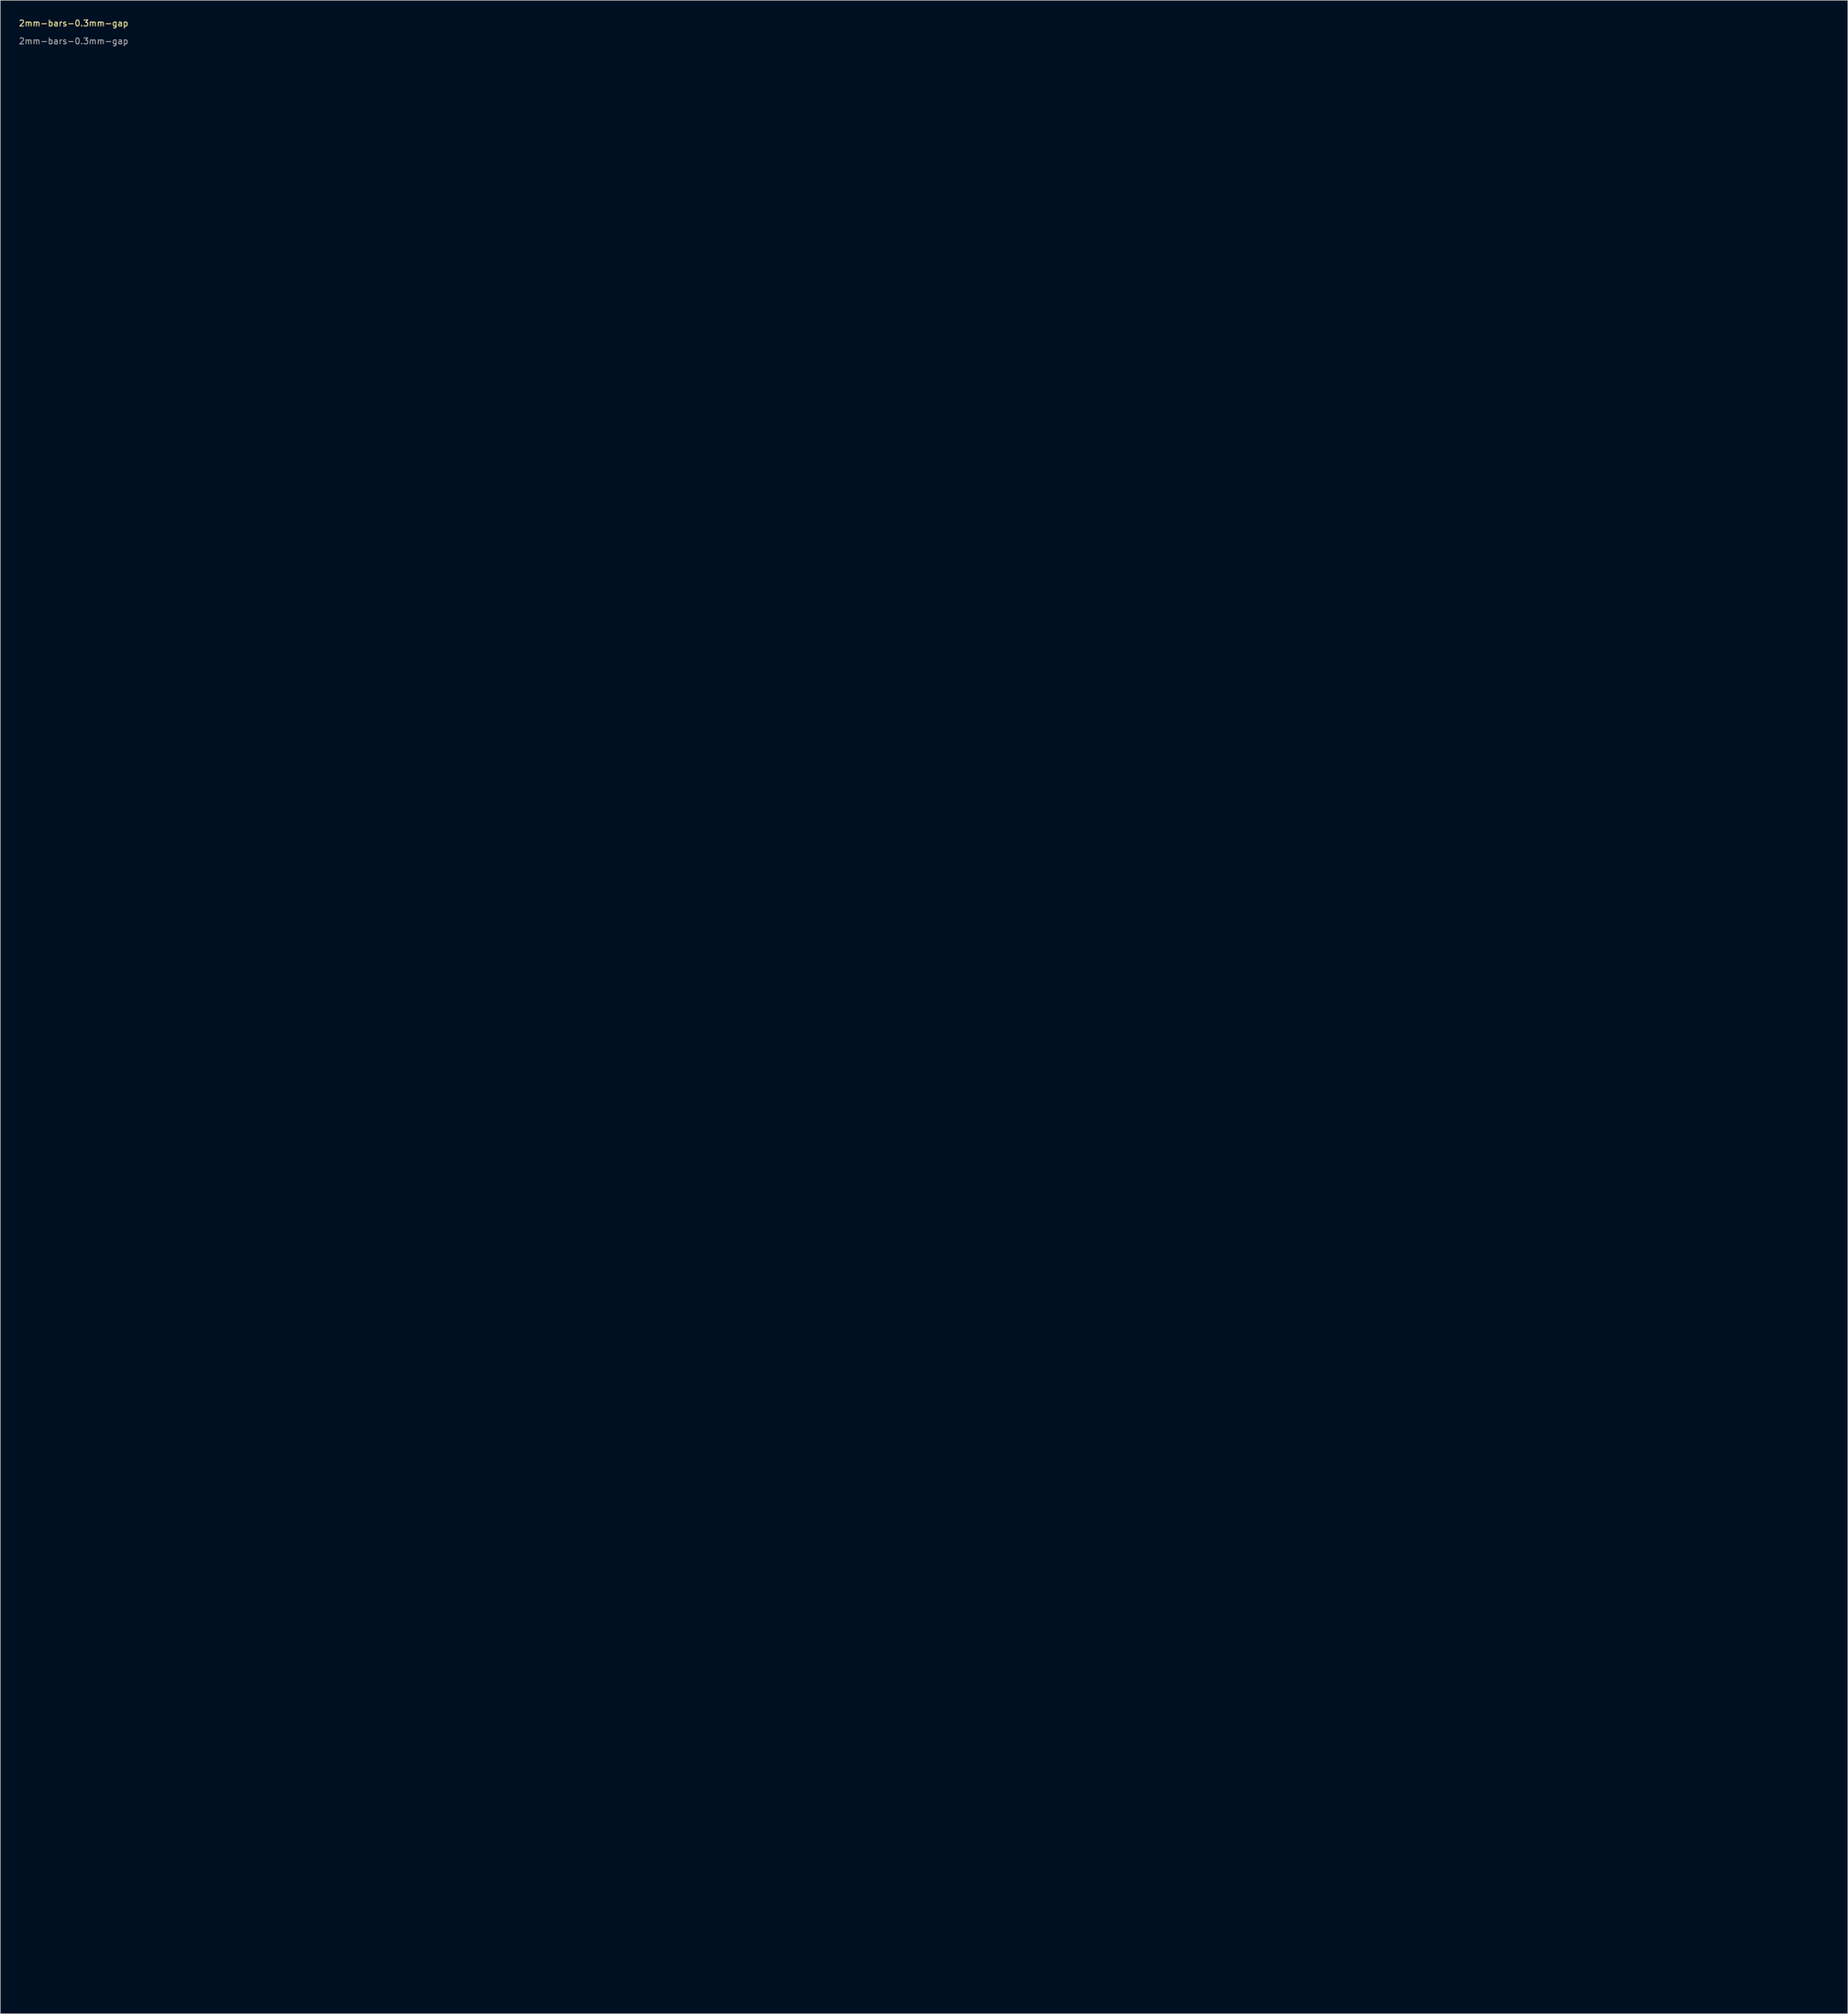
<source format=kicad_pcb>
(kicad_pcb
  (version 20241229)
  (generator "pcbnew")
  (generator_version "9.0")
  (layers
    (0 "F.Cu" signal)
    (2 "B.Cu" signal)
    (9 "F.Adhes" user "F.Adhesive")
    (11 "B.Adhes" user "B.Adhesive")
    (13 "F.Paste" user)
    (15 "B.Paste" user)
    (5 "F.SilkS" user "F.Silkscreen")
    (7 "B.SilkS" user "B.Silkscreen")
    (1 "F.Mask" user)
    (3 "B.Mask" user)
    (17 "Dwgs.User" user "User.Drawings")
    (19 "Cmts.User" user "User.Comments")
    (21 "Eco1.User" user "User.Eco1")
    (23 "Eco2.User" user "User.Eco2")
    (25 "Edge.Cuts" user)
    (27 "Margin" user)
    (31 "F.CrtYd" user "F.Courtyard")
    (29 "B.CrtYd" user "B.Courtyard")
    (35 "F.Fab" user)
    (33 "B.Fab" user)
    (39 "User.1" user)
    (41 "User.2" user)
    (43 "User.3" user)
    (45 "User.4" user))
  (footprint "2mm-bars-0.3mm-gap"
    (layer "F.Cu")
    (at 9.292 11.348)
    (property "Reference" "2mm-bars-0.3mm-gap" (at 0 -10.5 0) (unlocked yes) (layer "F.SilkS") (effects (font (size 1 1) (thickness 0.15))))
    (fp_text user "${REFERENCE}" (at 0 -7.5 0) (unlocked yes) (layer "F.Fab") (effects (font (size 1 1) (thickness 0.15))))
    (zone (net_name "") (layers "F.Cu" "B.Cu") (hatch edge 0.508) (connect_pads) (min_thickness 0.254) (filled_areas_thickness no) (keepout (tracks allowed) (vias allowed) (pads allowed) (copperpour not_allowed) (footprints allowed)) (placement (enabled no)) (fill) (polygon (pts (xy 11.592 331.348) (xy 11.292 331.348) (xy 11.292 11.348) (xy 11.592 11.348))))
    (zone (net_name "") (layers "F.Cu" "B.Cu") (hatch edge 0.508) (connect_pads) (min_thickness 0.254) (filled_areas_thickness no) (keepout (tracks allowed) (vias allowed) (pads allowed) (copperpour not_allowed) (footprints allowed)) (placement (enabled no)) (fill) (polygon (pts (xy 13.892 331.348) (xy 13.592 331.348) (xy 13.592 11.348) (xy 13.892 11.348))))
    (zone (net_name "") (layers "F.Cu" "B.Cu") (hatch edge 0.508) (connect_pads) (min_thickness 0.254) (filled_areas_thickness no) (keepout (tracks allowed) (vias allowed) (pads allowed) (copperpour not_allowed) (footprints allowed)) (placement (enabled no)) (fill) (polygon (pts (xy 16.192 331.348) (xy 15.892 331.348) (xy 15.892 11.348) (xy 16.192 11.348))))
    (zone (net_name "") (layers "F.Cu" "B.Cu") (hatch edge 0.508) (connect_pads) (min_thickness 0.254) (filled_areas_thickness no) (keepout (tracks allowed) (vias allowed) (pads allowed) (copperpour not_allowed) (footprints allowed)) (placement (enabled no)) (fill) (polygon (pts (xy 18.492 331.348) (xy 18.192 331.348) (xy 18.192 11.348) (xy 18.492 11.348))))
    (zone (net_name "") (layers "F.Cu" "B.Cu") (hatch edge 0.508) (connect_pads) (min_thickness 0.254) (filled_areas_thickness no) (keepout (tracks allowed) (vias allowed) (pads allowed) (copperpour not_allowed) (footprints allowed)) (placement (enabled no)) (fill) (polygon (pts (xy 20.792 331.348) (xy 20.492 331.348) (xy 20.492 11.348) (xy 20.792 11.348))))
    (zone (net_name "") (layers "F.Cu" "B.Cu") (hatch edge 0.508) (connect_pads) (min_thickness 0.254) (filled_areas_thickness no) (keepout (tracks allowed) (vias allowed) (pads allowed) (copperpour not_allowed) (footprints allowed)) (placement (enabled no)) (fill) (polygon (pts (xy 23.092 331.348) (xy 22.792 331.348) (xy 22.792 11.348) (xy 23.092 11.348))))
    (zone (net_name "") (layers "F.Cu" "B.Cu") (hatch edge 0.508) (connect_pads) (min_thickness 0.254) (filled_areas_thickness no) (keepout (tracks allowed) (vias allowed) (pads allowed) (copperpour not_allowed) (footprints allowed)) (placement (enabled no)) (fill) (polygon (pts (xy 25.392 331.348) (xy 25.092 331.348) (xy 25.092 11.348) (xy 25.392 11.348))))
    (zone (net_name "") (layers "F.Cu" "B.Cu") (hatch edge 0.508) (connect_pads) (min_thickness 0.254) (filled_areas_thickness no) (keepout (tracks allowed) (vias allowed) (pads allowed) (copperpour not_allowed) (footprints allowed)) (placement (enabled no)) (fill) (polygon (pts (xy 27.692 331.348) (xy 27.392 331.348) (xy 27.392 11.348) (xy 27.692 11.348))))
    (zone (net_name "") (layers "F.Cu" "B.Cu") (hatch edge 0.508) (connect_pads) (min_thickness 0.254) (filled_areas_thickness no) (keepout (tracks allowed) (vias allowed) (pads allowed) (copperpour not_allowed) (footprints allowed)) (placement (enabled no)) (fill) (polygon (pts (xy 29.992 331.348) (xy 29.692 331.348) (xy 29.692 11.348) (xy 29.992 11.348))))
    (zone (net_name "") (layers "F.Cu" "B.Cu") (hatch edge 0.508) (connect_pads) (min_thickness 0.254) (filled_areas_thickness no) (keepout (tracks allowed) (vias allowed) (pads allowed) (copperpour not_allowed) (footprints allowed)) (placement (enabled no)) (fill) (polygon (pts (xy 32.292 331.348) (xy 31.992 331.348) (xy 31.992 11.348) (xy 32.292 11.348))))
    (zone (net_name "") (layers "F.Cu" "B.Cu") (hatch edge 0.508) (connect_pads) (min_thickness 0.254) (filled_areas_thickness no) (keepout (tracks allowed) (vias allowed) (pads allowed) (copperpour not_allowed) (footprints allowed)) (placement (enabled no)) (fill) (polygon (pts (xy 34.592 331.348) (xy 34.292 331.348) (xy 34.292 11.348) (xy 34.592 11.348))))
    (zone (net_name "") (layers "F.Cu" "B.Cu") (hatch edge 0.508) (connect_pads) (min_thickness 0.254) (filled_areas_thickness no) (keepout (tracks allowed) (vias allowed) (pads allowed) (copperpour not_allowed) (footprints allowed)) (placement (enabled no)) (fill) (polygon (pts (xy 36.892 331.348) (xy 36.592 331.348) (xy 36.592 11.348) (xy 36.892 11.348))))
    (zone (net_name "") (layers "F.Cu" "B.Cu") (hatch edge 0.508) (connect_pads) (min_thickness 0.254) (filled_areas_thickness no) (keepout (tracks allowed) (vias allowed) (pads allowed) (copperpour not_allowed) (footprints allowed)) (placement (enabled no)) (fill) (polygon (pts (xy 39.192 331.348) (xy 38.892 331.348) (xy 38.892 11.348) (xy 39.192 11.348))))
    (zone (net_name "") (layers "F.Cu" "B.Cu") (hatch edge 0.508) (connect_pads) (min_thickness 0.254) (filled_areas_thickness no) (keepout (tracks allowed) (vias allowed) (pads allowed) (copperpour not_allowed) (footprints allowed)) (placement (enabled no)) (fill) (polygon (pts (xy 41.492 331.348) (xy 41.192 331.348) (xy 41.192 11.348) (xy 41.492 11.348))))
    (zone (net_name "") (layers "F.Cu" "B.Cu") (hatch edge 0.508) (connect_pads) (min_thickness 0.254) (filled_areas_thickness no) (keepout (tracks allowed) (vias allowed) (pads allowed) (copperpour not_allowed) (footprints allowed)) (placement (enabled no)) (fill) (polygon (pts (xy 43.792 331.348) (xy 43.492 331.348) (xy 43.492 11.348) (xy 43.792 11.348))))
    (zone (net_name "") (layers "F.Cu" "B.Cu") (hatch edge 0.508) (connect_pads) (min_thickness 0.254) (filled_areas_thickness no) (keepout (tracks allowed) (vias allowed) (pads allowed) (copperpour not_allowed) (footprints allowed)) (placement (enabled no)) (fill) (polygon (pts (xy 46.092 331.348) (xy 45.792 331.348) (xy 45.792 11.348) (xy 46.092 11.348))))
    (zone (net_name "") (layers "F.Cu" "B.Cu") (hatch edge 0.508) (connect_pads) (min_thickness 0.254) (filled_areas_thickness no) (keepout (tracks allowed) (vias allowed) (pads allowed) (copperpour not_allowed) (footprints allowed)) (placement (enabled no)) (fill) (polygon (pts (xy 48.392 331.348) (xy 48.092 331.348) (xy 48.092 11.348) (xy 48.392 11.348))))
    (zone (net_name "") (layers "F.Cu" "B.Cu") (hatch edge 0.508) (connect_pads) (min_thickness 0.254) (filled_areas_thickness no) (keepout (tracks allowed) (vias allowed) (pads allowed) (copperpour not_allowed) (footprints allowed)) (placement (enabled no)) (fill) (polygon (pts (xy 50.692 331.348) (xy 50.392 331.348) (xy 50.392 11.348) (xy 50.692 11.348))))
    (zone (net_name "") (layers "F.Cu" "B.Cu") (hatch edge 0.508) (connect_pads) (min_thickness 0.254) (filled_areas_thickness no) (keepout (tracks allowed) (vias allowed) (pads allowed) (copperpour not_allowed) (footprints allowed)) (placement (enabled no)) (fill) (polygon (pts (xy 52.992 331.348) (xy 52.692 331.348) (xy 52.692 11.348) (xy 52.992 11.348))))
    (zone (net_name "") (layers "F.Cu" "B.Cu") (hatch edge 0.508) (connect_pads) (min_thickness 0.254) (filled_areas_thickness no) (keepout (tracks allowed) (vias allowed) (pads allowed) (copperpour not_allowed) (footprints allowed)) (placement (enabled no)) (fill) (polygon (pts (xy 55.292 331.348) (xy 54.992 331.348) (xy 54.992 11.348) (xy 55.292 11.348))))
    (zone (net_name "") (layers "F.Cu" "B.Cu") (hatch edge 0.508) (connect_pads) (min_thickness 0.254) (filled_areas_thickness no) (keepout (tracks allowed) (vias allowed) (pads allowed) (copperpour not_allowed) (footprints allowed)) (placement (enabled no)) (fill) (polygon (pts (xy 57.592 331.348) (xy 57.292 331.348) (xy 57.292 11.348) (xy 57.592 11.348))))
    (zone (net_name "") (layers "F.Cu" "B.Cu") (hatch edge 0.508) (connect_pads) (min_thickness 0.254) (filled_areas_thickness no) (keepout (tracks allowed) (vias allowed) (pads allowed) (copperpour not_allowed) (footprints allowed)) (placement (enabled no)) (fill) (polygon (pts (xy 59.892 331.348) (xy 59.592 331.348) (xy 59.592 11.348) (xy 59.892 11.348))))
    (zone (net_name "") (layers "F.Cu" "B.Cu") (hatch edge 0.508) (connect_pads) (min_thickness 0.254) (filled_areas_thickness no) (keepout (tracks allowed) (vias allowed) (pads allowed) (copperpour not_allowed) (footprints allowed)) (placement (enabled no)) (fill) (polygon (pts (xy 62.192 331.348) (xy 61.892 331.348) (xy 61.892 11.348) (xy 62.192 11.348))))
    (zone (net_name "") (layers "F.Cu" "B.Cu") (hatch edge 0.508) (connect_pads) (min_thickness 0.254) (filled_areas_thickness no) (keepout (tracks allowed) (vias allowed) (pads allowed) (copperpour not_allowed) (footprints allowed)) (placement (enabled no)) (fill) (polygon (pts (xy 64.492 331.348) (xy 64.192 331.348) (xy 64.192 11.348) (xy 64.492 11.348))))
    (zone (net_name "") (layers "F.Cu" "B.Cu") (hatch edge 0.508) (connect_pads) (min_thickness 0.254) (filled_areas_thickness no) (keepout (tracks allowed) (vias allowed) (pads allowed) (copperpour not_allowed) (footprints allowed)) (placement (enabled no)) (fill) (polygon (pts (xy 66.792 331.348) (xy 66.492 331.348) (xy 66.492 11.348) (xy 66.792 11.348))))
    (zone (net_name "") (layers "F.Cu" "B.Cu") (hatch edge 0.508) (connect_pads) (min_thickness 0.254) (filled_areas_thickness no) (keepout (tracks allowed) (vias allowed) (pads allowed) (copperpour not_allowed) (footprints allowed)) (placement (enabled no)) (fill) (polygon (pts (xy 69.092 331.348) (xy 68.792 331.348) (xy 68.792 11.348) (xy 69.092 11.348))))
    (zone (net_name "") (layers "F.Cu" "B.Cu") (hatch edge 0.508) (connect_pads) (min_thickness 0.254) (filled_areas_thickness no) (keepout (tracks allowed) (vias allowed) (pads allowed) (copperpour not_allowed) (footprints allowed)) (placement (enabled no)) (fill) (polygon (pts (xy 71.392 331.348) (xy 71.092 331.348) (xy 71.092 11.348) (xy 71.392 11.348))))
    (zone (net_name "") (layers "F.Cu" "B.Cu") (hatch edge 0.508) (connect_pads) (min_thickness 0.254) (filled_areas_thickness no) (keepout (tracks allowed) (vias allowed) (pads allowed) (copperpour not_allowed) (footprints allowed)) (placement (enabled no)) (fill) (polygon (pts (xy 73.692 331.348) (xy 73.392 331.348) (xy 73.392 11.348) (xy 73.692 11.348))))
    (zone (net_name "") (layers "F.Cu" "B.Cu") (hatch edge 0.508) (connect_pads) (min_thickness 0.254) (filled_areas_thickness no) (keepout (tracks allowed) (vias allowed) (pads allowed) (copperpour not_allowed) (footprints allowed)) (placement (enabled no)) (fill) (polygon (pts (xy 75.992 331.348) (xy 75.692 331.348) (xy 75.692 11.348) (xy 75.992 11.348))))
    (zone (net_name "") (layers "F.Cu" "B.Cu") (hatch edge 0.508) (connect_pads) (min_thickness 0.254) (filled_areas_thickness no) (keepout (tracks allowed) (vias allowed) (pads allowed) (copperpour not_allowed) (footprints allowed)) (placement (enabled no)) (fill) (polygon (pts (xy 78.292 331.348) (xy 77.992 331.348) (xy 77.992 11.348) (xy 78.292 11.348))))
    (zone (net_name "") (layers "F.Cu" "B.Cu") (hatch edge 0.508) (connect_pads) (min_thickness 0.254) (filled_areas_thickness no) (keepout (tracks allowed) (vias allowed) (pads allowed) (copperpour not_allowed) (footprints allowed)) (placement (enabled no)) (fill) (polygon (pts (xy 80.592 331.348) (xy 80.292 331.348) (xy 80.292 11.348) (xy 80.592 11.348))))
    (zone (net_name "") (layers "F.Cu" "B.Cu") (hatch edge 0.508) (connect_pads) (min_thickness 0.254) (filled_areas_thickness no) (keepout (tracks allowed) (vias allowed) (pads allowed) (copperpour not_allowed) (footprints allowed)) (placement (enabled no)) (fill) (polygon (pts (xy 82.892 331.348) (xy 82.592 331.348) (xy 82.592 11.348) (xy 82.892 11.348))))
    (zone (net_name "") (layers "F.Cu" "B.Cu") (hatch edge 0.508) (connect_pads) (min_thickness 0.254) (filled_areas_thickness no) (keepout (tracks allowed) (vias allowed) (pads allowed) (copperpour not_allowed) (footprints allowed)) (placement (enabled no)) (fill) (polygon (pts (xy 85.192 331.348) (xy 84.892 331.348) (xy 84.892 11.348) (xy 85.192 11.348))))
    (zone (net_name "") (layers "F.Cu" "B.Cu") (hatch edge 0.508) (connect_pads) (min_thickness 0.254) (filled_areas_thickness no) (keepout (tracks allowed) (vias allowed) (pads allowed) (copperpour not_allowed) (footprints allowed)) (placement (enabled no)) (fill) (polygon (pts (xy 87.492 331.348) (xy 87.192 331.348) (xy 87.192 11.348) (xy 87.492 11.348))))
    (zone (net_name "") (layers "F.Cu" "B.Cu") (hatch edge 0.508) (connect_pads) (min_thickness 0.254) (filled_areas_thickness no) (keepout (tracks allowed) (vias allowed) (pads allowed) (copperpour not_allowed) (footprints allowed)) (placement (enabled no)) (fill) (polygon (pts (xy 89.792 331.348) (xy 89.492 331.348) (xy 89.492 11.348) (xy 89.792 11.348))))
    (zone (net_name "") (layers "F.Cu" "B.Cu") (hatch edge 0.508) (connect_pads) (min_thickness 0.254) (filled_areas_thickness no) (keepout (tracks allowed) (vias allowed) (pads allowed) (copperpour not_allowed) (footprints allowed)) (placement (enabled no)) (fill) (polygon (pts (xy 92.092 331.348) (xy 91.792 331.348) (xy 91.792 11.348) (xy 92.092 11.348))))
    (zone (net_name "") (layers "F.Cu" "B.Cu") (hatch edge 0.508) (connect_pads) (min_thickness 0.254) (filled_areas_thickness no) (keepout (tracks allowed) (vias allowed) (pads allowed) (copperpour not_allowed) (footprints allowed)) (placement (enabled no)) (fill) (polygon (pts (xy 94.392 331.348) (xy 94.092 331.348) (xy 94.092 11.348) (xy 94.392 11.348))))
    (zone (net_name "") (layers "F.Cu" "B.Cu") (hatch edge 0.508) (connect_pads) (min_thickness 0.254) (filled_areas_thickness no) (keepout (tracks allowed) (vias allowed) (pads allowed) (copperpour not_allowed) (footprints allowed)) (placement (enabled no)) (fill) (polygon (pts (xy 96.692 331.348) (xy 96.392 331.348) (xy 96.392 11.348) (xy 96.692 11.348))))
    (zone (net_name "") (layers "F.Cu" "B.Cu") (hatch edge 0.508) (connect_pads) (min_thickness 0.254) (filled_areas_thickness no) (keepout (tracks allowed) (vias allowed) (pads allowed) (copperpour not_allowed) (footprints allowed)) (placement (enabled no)) (fill) (polygon (pts (xy 98.992 331.348) (xy 98.692 331.348) (xy 98.692 11.348) (xy 98.992 11.348))))
    (zone (net_name "") (layers "F.Cu" "B.Cu") (hatch edge 0.508) (connect_pads) (min_thickness 0.254) (filled_areas_thickness no) (keepout (tracks allowed) (vias allowed) (pads allowed) (copperpour not_allowed) (footprints allowed)) (placement (enabled no)) (fill) (polygon (pts (xy 101.292 331.348) (xy 100.992 331.348) (xy 100.992 11.348) (xy 101.292 11.348))))
    (zone (net_name "") (layers "F.Cu" "B.Cu") (hatch edge 0.508) (connect_pads) (min_thickness 0.254) (filled_areas_thickness no) (keepout (tracks allowed) (vias allowed) (pads allowed) (copperpour not_allowed) (footprints allowed)) (placement (enabled no)) (fill) (polygon (pts (xy 103.592 331.348) (xy 103.292 331.348) (xy 103.292 11.348) (xy 103.592 11.348))))
    (zone (net_name "") (layers "F.Cu" "B.Cu") (hatch edge 0.508) (connect_pads) (min_thickness 0.254) (filled_areas_thickness no) (keepout (tracks allowed) (vias allowed) (pads allowed) (copperpour not_allowed) (footprints allowed)) (placement (enabled no)) (fill) (polygon (pts (xy 105.892 331.348) (xy 105.592 331.348) (xy 105.592 11.348) (xy 105.892 11.348))))
    (zone (net_name "") (layers "F.Cu" "B.Cu") (hatch edge 0.508) (connect_pads) (min_thickness 0.254) (filled_areas_thickness no) (keepout (tracks allowed) (vias allowed) (pads allowed) (copperpour not_allowed) (footprints allowed)) (placement (enabled no)) (fill) (polygon (pts (xy 108.192 331.348) (xy 107.892 331.348) (xy 107.892 11.348) (xy 108.192 11.348))))
    (zone (net_name "") (layers "F.Cu" "B.Cu") (hatch edge 0.508) (connect_pads) (min_thickness 0.254) (filled_areas_thickness no) (keepout (tracks allowed) (vias allowed) (pads allowed) (copperpour not_allowed) (footprints allowed)) (placement (enabled no)) (fill) (polygon (pts (xy 110.492 331.348) (xy 110.192 331.348) (xy 110.192 11.348) (xy 110.492 11.348))))
    (zone (net_name "") (layers "F.Cu" "B.Cu") (hatch edge 0.508) (connect_pads) (min_thickness 0.254) (filled_areas_thickness no) (keepout (tracks allowed) (vias allowed) (pads allowed) (copperpour not_allowed) (footprints allowed)) (placement (enabled no)) (fill) (polygon (pts (xy 112.792 331.348) (xy 112.492 331.348) (xy 112.492 11.348) (xy 112.792 11.348))))
    (zone (net_name "") (layers "F.Cu" "B.Cu") (hatch edge 0.508) (connect_pads) (min_thickness 0.254) (filled_areas_thickness no) (keepout (tracks allowed) (vias allowed) (pads allowed) (copperpour not_allowed) (footprints allowed)) (placement (enabled no)) (fill) (polygon (pts (xy 115.092 331.348) (xy 114.792 331.348) (xy 114.792 11.348) (xy 115.092 11.348))))
    (zone (net_name "") (layers "F.Cu" "B.Cu") (hatch edge 0.508) (connect_pads) (min_thickness 0.254) (filled_areas_thickness no) (keepout (tracks allowed) (vias allowed) (pads allowed) (copperpour not_allowed) (footprints allowed)) (placement (enabled no)) (fill) (polygon (pts (xy 117.392 331.348) (xy 117.092 331.348) (xy 117.092 11.348) (xy 117.392 11.348))))
    (zone (net_name "") (layers "F.Cu" "B.Cu") (hatch edge 0.508) (connect_pads) (min_thickness 0.254) (filled_areas_thickness no) (keepout (tracks allowed) (vias allowed) (pads allowed) (copperpour not_allowed) (footprints allowed)) (placement (enabled no)) (fill) (polygon (pts (xy 119.692 331.348) (xy 119.392 331.348) (xy 119.392 11.348) (xy 119.692 11.348))))
    (zone (net_name "") (layers "F.Cu" "B.Cu") (hatch edge 0.508) (connect_pads) (min_thickness 0.254) (filled_areas_thickness no) (keepout (tracks allowed) (vias allowed) (pads allowed) (copperpour not_allowed) (footprints allowed)) (placement (enabled no)) (fill) (polygon (pts (xy 121.992 331.348) (xy 121.692 331.348) (xy 121.692 11.348) (xy 121.992 11.348))))
    (zone (net_name "") (layers "F.Cu" "B.Cu") (hatch edge 0.508) (connect_pads) (min_thickness 0.254) (filled_areas_thickness no) (keepout (tracks allowed) (vias allowed) (pads allowed) (copperpour not_allowed) (footprints allowed)) (placement (enabled no)) (fill) (polygon (pts (xy 124.292 331.348) (xy 123.992 331.348) (xy 123.992 11.348) (xy 124.292 11.348))))
    (zone (net_name "") (layers "F.Cu" "B.Cu") (hatch edge 0.508) (connect_pads) (min_thickness 0.254) (filled_areas_thickness no) (keepout (tracks allowed) (vias allowed) (pads allowed) (copperpour not_allowed) (footprints allowed)) (placement (enabled no)) (fill) (polygon (pts (xy 126.592 331.348) (xy 126.292 331.348) (xy 126.292 11.348) (xy 126.592 11.348))))
    (zone (net_name "") (layers "F.Cu" "B.Cu") (hatch edge 0.508) (connect_pads) (min_thickness 0.254) (filled_areas_thickness no) (keepout (tracks allowed) (vias allowed) (pads allowed) (copperpour not_allowed) (footprints allowed)) (placement (enabled no)) (fill) (polygon (pts (xy 128.892 331.348) (xy 128.592 331.348) (xy 128.592 11.348) (xy 128.892 11.348))))
    (zone (net_name "") (layers "F.Cu" "B.Cu") (hatch edge 0.508) (connect_pads) (min_thickness 0.254) (filled_areas_thickness no) (keepout (tracks allowed) (vias allowed) (pads allowed) (copperpour not_allowed) (footprints allowed)) (placement (enabled no)) (fill) (polygon (pts (xy 131.192 331.348) (xy 130.892 331.348) (xy 130.892 11.348) (xy 131.192 11.348))))
    (zone (net_name "") (layers "F.Cu" "B.Cu") (hatch edge 0.508) (connect_pads) (min_thickness 0.254) (filled_areas_thickness no) (keepout (tracks allowed) (vias allowed) (pads allowed) (copperpour not_allowed) (footprints allowed)) (placement (enabled no)) (fill) (polygon (pts (xy 133.492 331.348) (xy 133.192 331.348) (xy 133.192 11.348) (xy 133.492 11.348))))
    (zone (net_name "") (layers "F.Cu" "B.Cu") (hatch edge 0.508) (connect_pads) (min_thickness 0.254) (filled_areas_thickness no) (keepout (tracks allowed) (vias allowed) (pads allowed) (copperpour not_allowed) (footprints allowed)) (placement (enabled no)) (fill) (polygon (pts (xy 135.792 331.348) (xy 135.492 331.348) (xy 135.492 11.348) (xy 135.792 11.348))))
    (zone (net_name "") (layers "F.Cu" "B.Cu") (hatch edge 0.508) (connect_pads) (min_thickness 0.254) (filled_areas_thickness no) (keepout (tracks allowed) (vias allowed) (pads allowed) (copperpour not_allowed) (footprints allowed)) (placement (enabled no)) (fill) (polygon (pts (xy 138.092 331.348) (xy 137.792 331.348) (xy 137.792 11.348) (xy 138.092 11.348))))
    (zone (net_name "") (layers "F.Cu" "B.Cu") (hatch edge 0.508) (connect_pads) (min_thickness 0.254) (filled_areas_thickness no) (keepout (tracks allowed) (vias allowed) (pads allowed) (copperpour not_allowed) (footprints allowed)) (placement (enabled no)) (fill) (polygon (pts (xy 140.392 331.348) (xy 140.092 331.348) (xy 140.092 11.348) (xy 140.392 11.348))))
    (zone (net_name "") (layers "F.Cu" "B.Cu") (hatch edge 0.508) (connect_pads) (min_thickness 0.254) (filled_areas_thickness no) (keepout (tracks allowed) (vias allowed) (pads allowed) (copperpour not_allowed) (footprints allowed)) (placement (enabled no)) (fill) (polygon (pts (xy 142.692 331.348) (xy 142.392 331.348) (xy 142.392 11.348) (xy 142.692 11.348))))
    (zone (net_name "") (layers "F.Cu" "B.Cu") (hatch edge 0.508) (connect_pads) (min_thickness 0.254) (filled_areas_thickness no) (keepout (tracks allowed) (vias allowed) (pads allowed) (copperpour not_allowed) (footprints allowed)) (placement (enabled no)) (fill) (polygon (pts (xy 144.992 331.348) (xy 144.692 331.348) (xy 144.692 11.348) (xy 144.992 11.348))))
    (zone (net_name "") (layers "F.Cu" "B.Cu") (hatch edge 0.508) (connect_pads) (min_thickness 0.254) (filled_areas_thickness no) (keepout (tracks allowed) (vias allowed) (pads allowed) (copperpour not_allowed) (footprints allowed)) (placement (enabled no)) (fill) (polygon (pts (xy 147.292 331.348) (xy 146.992 331.348) (xy 146.992 11.348) (xy 147.292 11.348))))
    (zone (net_name "") (layers "F.Cu" "B.Cu") (hatch edge 0.508) (connect_pads) (min_thickness 0.254) (filled_areas_thickness no) (keepout (tracks allowed) (vias allowed) (pads allowed) (copperpour not_allowed) (footprints allowed)) (placement (enabled no)) (fill) (polygon (pts (xy 149.592 331.348) (xy 149.292 331.348) (xy 149.292 11.348) (xy 149.592 11.348))))
    (zone (net_name "") (layers "F.Cu" "B.Cu") (hatch edge 0.508) (connect_pads) (min_thickness 0.254) (filled_areas_thickness no) (keepout (tracks allowed) (vias allowed) (pads allowed) (copperpour not_allowed) (footprints allowed)) (placement (enabled no)) (fill) (polygon (pts (xy 151.892 331.348) (xy 151.592 331.348) (xy 151.592 11.348) (xy 151.892 11.348))))
    (zone (net_name "") (layers "F.Cu" "B.Cu") (hatch edge 0.508) (connect_pads) (min_thickness 0.254) (filled_areas_thickness no) (keepout (tracks allowed) (vias allowed) (pads allowed) (copperpour not_allowed) (footprints allowed)) (placement (enabled no)) (fill) (polygon (pts (xy 154.192 331.348) (xy 153.892 331.348) (xy 153.892 11.348) (xy 154.192 11.348))))
    (zone (net_name "") (layers "F.Cu" "B.Cu") (hatch edge 0.508) (connect_pads) (min_thickness 0.254) (filled_areas_thickness no) (keepout (tracks allowed) (vias allowed) (pads allowed) (copperpour not_allowed) (footprints allowed)) (placement (enabled no)) (fill) (polygon (pts (xy 156.492 331.348) (xy 156.192 331.348) (xy 156.192 11.348) (xy 156.492 11.348))))
    (zone (net_name "") (layers "F.Cu" "B.Cu") (hatch edge 0.508) (connect_pads) (min_thickness 0.254) (filled_areas_thickness no) (keepout (tracks allowed) (vias allowed) (pads allowed) (copperpour not_allowed) (footprints allowed)) (placement (enabled no)) (fill) (polygon (pts (xy 158.792 331.348) (xy 158.492 331.348) (xy 158.492 11.348) (xy 158.792 11.348))))
    (zone (net_name "") (layers "F.Cu" "B.Cu") (hatch edge 0.508) (connect_pads) (min_thickness 0.254) (filled_areas_thickness no) (keepout (tracks allowed) (vias allowed) (pads allowed) (copperpour not_allowed) (footprints allowed)) (placement (enabled no)) (fill) (polygon (pts (xy 161.092 331.348) (xy 160.792 331.348) (xy 160.792 11.348) (xy 161.092 11.348))))
    (zone (net_name "") (layers "F.Cu" "B.Cu") (hatch edge 0.508) (connect_pads) (min_thickness 0.254) (filled_areas_thickness no) (keepout (tracks allowed) (vias allowed) (pads allowed) (copperpour not_allowed) (footprints allowed)) (placement (enabled no)) (fill) (polygon (pts (xy 163.392 331.348) (xy 163.092 331.348) (xy 163.092 11.348) (xy 163.392 11.348))))
    (zone (net_name "") (layers "F.Cu" "B.Cu") (hatch edge 0.508) (connect_pads) (min_thickness 0.254) (filled_areas_thickness no) (keepout (tracks allowed) (vias allowed) (pads allowed) (copperpour not_allowed) (footprints allowed)) (placement (enabled no)) (fill) (polygon (pts (xy 165.692 331.348) (xy 165.392 331.348) (xy 165.392 11.348) (xy 165.692 11.348))))
    (zone (net_name "") (layers "F.Cu" "B.Cu") (hatch edge 0.508) (connect_pads) (min_thickness 0.254) (filled_areas_thickness no) (keepout (tracks allowed) (vias allowed) (pads allowed) (copperpour not_allowed) (footprints allowed)) (placement (enabled no)) (fill) (polygon (pts (xy 167.992 331.348) (xy 167.692 331.348) (xy 167.692 11.348) (xy 167.992 11.348))))
    (zone (net_name "") (layers "F.Cu" "B.Cu") (hatch edge 0.508) (connect_pads) (min_thickness 0.254) (filled_areas_thickness no) (keepout (tracks allowed) (vias allowed) (pads allowed) (copperpour not_allowed) (footprints allowed)) (placement (enabled no)) (fill) (polygon (pts (xy 170.292 331.348) (xy 169.992 331.348) (xy 169.992 11.348) (xy 170.292 11.348))))
    (zone (net_name "") (layers "F.Cu" "B.Cu") (hatch edge 0.508) (connect_pads) (min_thickness 0.254) (filled_areas_thickness no) (keepout (tracks allowed) (vias allowed) (pads allowed) (copperpour not_allowed) (footprints allowed)) (placement (enabled no)) (fill) (polygon (pts (xy 172.592 331.348) (xy 172.292 331.348) (xy 172.292 11.348) (xy 172.592 11.348))))
    (zone (net_name "") (layers "F.Cu" "B.Cu") (hatch edge 0.508) (connect_pads) (min_thickness 0.254) (filled_areas_thickness no) (keepout (tracks allowed) (vias allowed) (pads allowed) (copperpour not_allowed) (footprints allowed)) (placement (enabled no)) (fill) (polygon (pts (xy 174.892 331.348) (xy 174.592 331.348) (xy 174.592 11.348) (xy 174.892 11.348))))
    (zone (net_name "") (layers "F.Cu" "B.Cu") (hatch edge 0.508) (connect_pads) (min_thickness 0.254) (filled_areas_thickness no) (keepout (tracks allowed) (vias allowed) (pads allowed) (copperpour not_allowed) (footprints allowed)) (placement (enabled no)) (fill) (polygon (pts (xy 177.192 331.348) (xy 176.892 331.348) (xy 176.892 11.348) (xy 177.192 11.348))))
    (zone (net_name "") (layers "F.Cu" "B.Cu") (hatch edge 0.508) (connect_pads) (min_thickness 0.254) (filled_areas_thickness no) (keepout (tracks allowed) (vias allowed) (pads allowed) (copperpour not_allowed) (footprints allowed)) (placement (enabled no)) (fill) (polygon (pts (xy 179.492 331.348) (xy 179.192 331.348) (xy 179.192 11.348) (xy 179.492 11.348))))
    (zone (net_name "") (layers "F.Cu" "B.Cu") (hatch edge 0.508) (connect_pads) (min_thickness 0.254) (filled_areas_thickness no) (keepout (tracks allowed) (vias allowed) (pads allowed) (copperpour not_allowed) (footprints allowed)) (placement (enabled no)) (fill) (polygon (pts (xy 181.792 331.348) (xy 181.492 331.348) (xy 181.492 11.348) (xy 181.792 11.348))))
    (zone (net_name "") (layers "F.Cu" "B.Cu") (hatch edge 0.508) (connect_pads) (min_thickness 0.254) (filled_areas_thickness no) (keepout (tracks allowed) (vias allowed) (pads allowed) (copperpour not_allowed) (footprints allowed)) (placement (enabled no)) (fill) (polygon (pts (xy 184.092 331.348) (xy 183.792 331.348) (xy 183.792 11.348) (xy 184.092 11.348))))
    (zone (net_name "") (layers "F.Cu" "B.Cu") (hatch edge 0.508) (connect_pads) (min_thickness 0.254) (filled_areas_thickness no) (keepout (tracks allowed) (vias allowed) (pads allowed) (copperpour not_allowed) (footprints allowed)) (placement (enabled no)) (fill) (polygon (pts (xy 186.392 331.348) (xy 186.092 331.348) (xy 186.092 11.348) (xy 186.392 11.348))))
    (zone (net_name "") (layers "F.Cu" "B.Cu") (hatch edge 0.508) (connect_pads) (min_thickness 0.254) (filled_areas_thickness no) (keepout (tracks allowed) (vias allowed) (pads allowed) (copperpour not_allowed) (footprints allowed)) (placement (enabled no)) (fill) (polygon (pts (xy 188.692 331.348) (xy 188.392 331.348) (xy 188.392 11.348) (xy 188.692 11.348))))
    (zone (net_name "") (layers "F.Cu" "B.Cu") (hatch edge 0.508) (connect_pads) (min_thickness 0.254) (filled_areas_thickness no) (keepout (tracks allowed) (vias allowed) (pads allowed) (copperpour not_allowed) (footprints allowed)) (placement (enabled no)) (fill) (polygon (pts (xy 190.992 331.348) (xy 190.692 331.348) (xy 190.692 11.348) (xy 190.992 11.348))))
    (zone (net_name "") (layers "F.Cu" "B.Cu") (hatch edge 0.508) (connect_pads) (min_thickness 0.254) (filled_areas_thickness no) (keepout (tracks allowed) (vias allowed) (pads allowed) (copperpour not_allowed) (footprints allowed)) (placement (enabled no)) (fill) (polygon (pts (xy 193.292 331.348) (xy 192.992 331.348) (xy 192.992 11.348) (xy 193.292 11.348))))
    (zone (net_name "") (layers "F.Cu" "B.Cu") (hatch edge 0.508) (connect_pads) (min_thickness 0.254) (filled_areas_thickness no) (keepout (tracks allowed) (vias allowed) (pads allowed) (copperpour not_allowed) (footprints allowed)) (placement (enabled no)) (fill) (polygon (pts (xy 195.592 331.348) (xy 195.292 331.348) (xy 195.292 11.348) (xy 195.592 11.348))))
    (zone (net_name "") (layers "F.Cu" "B.Cu") (hatch edge 0.508) (connect_pads) (min_thickness 0.254) (filled_areas_thickness no) (keepout (tracks allowed) (vias allowed) (pads allowed) (copperpour not_allowed) (footprints allowed)) (placement (enabled no)) (fill) (polygon (pts (xy 197.892 331.348) (xy 197.592 331.348) (xy 197.592 11.348) (xy 197.892 11.348))))
    (zone (net_name "") (layers "F.Cu" "B.Cu") (hatch edge 0.508) (connect_pads) (min_thickness 0.254) (filled_areas_thickness no) (keepout (tracks allowed) (vias allowed) (pads allowed) (copperpour not_allowed) (footprints allowed)) (placement (enabled no)) (fill) (polygon (pts (xy 200.192 331.348) (xy 199.892 331.348) (xy 199.892 11.348) (xy 200.192 11.348))))
    (zone (net_name "") (layers "F.Cu" "B.Cu") (hatch edge 0.508) (connect_pads) (min_thickness 0.254) (filled_areas_thickness no) (keepout (tracks allowed) (vias allowed) (pads allowed) (copperpour not_allowed) (footprints allowed)) (placement (enabled no)) (fill) (polygon (pts (xy 202.492 331.348) (xy 202.192 331.348) (xy 202.192 11.348) (xy 202.492 11.348))))
    (zone (net_name "") (layers "F.Cu" "B.Cu") (hatch edge 0.508) (connect_pads) (min_thickness 0.254) (filled_areas_thickness no) (keepout (tracks allowed) (vias allowed) (pads allowed) (copperpour not_allowed) (footprints allowed)) (placement (enabled no)) (fill) (polygon (pts (xy 204.792 331.348) (xy 204.492 331.348) (xy 204.492 11.348) (xy 204.792 11.348))))
    (zone (net_name "") (layers "F.Cu" "B.Cu") (hatch edge 0.508) (connect_pads) (min_thickness 0.254) (filled_areas_thickness no) (keepout (tracks allowed) (vias allowed) (pads allowed) (copperpour not_allowed) (footprints allowed)) (placement (enabled no)) (fill) (polygon (pts (xy 207.092 331.348) (xy 206.792 331.348) (xy 206.792 11.348) (xy 207.092 11.348))))
    (zone (net_name "") (layers "F.Cu" "B.Cu") (hatch edge 0.508) (connect_pads) (min_thickness 0.254) (filled_areas_thickness no) (keepout (tracks allowed) (vias allowed) (pads allowed) (copperpour not_allowed) (footprints allowed)) (placement (enabled no)) (fill) (polygon (pts (xy 209.392 331.348) (xy 209.092 331.348) (xy 209.092 11.348) (xy 209.392 11.348))))
    (zone (net_name "") (layers "F.Cu" "B.Cu") (hatch edge 0.508) (connect_pads) (min_thickness 0.254) (filled_areas_thickness no) (keepout (tracks allowed) (vias allowed) (pads allowed) (copperpour not_allowed) (footprints allowed)) (placement (enabled no)) (fill) (polygon (pts (xy 211.692 331.348) (xy 211.392 331.348) (xy 211.392 11.348) (xy 211.692 11.348))))
    (zone (net_name "") (layers "F.Cu" "B.Cu") (hatch edge 0.508) (connect_pads) (min_thickness 0.254) (filled_areas_thickness no) (keepout (tracks allowed) (vias allowed) (pads allowed) (copperpour not_allowed) (footprints allowed)) (placement (enabled no)) (fill) (polygon (pts (xy 213.992 331.348) (xy 213.692 331.348) (xy 213.692 11.348) (xy 213.992 11.348))))
    (zone (net_name "") (layers "F.Cu" "B.Cu") (hatch edge 0.508) (connect_pads) (min_thickness 0.254) (filled_areas_thickness no) (keepout (tracks allowed) (vias allowed) (pads allowed) (copperpour not_allowed) (footprints allowed)) (placement (enabled no)) (fill) (polygon (pts (xy 216.292 331.348) (xy 215.992 331.348) (xy 215.992 11.348) (xy 216.292 11.348))))
    (zone (net_name "") (layers "F.Cu" "B.Cu") (hatch edge 0.508) (connect_pads) (min_thickness 0.254) (filled_areas_thickness no) (keepout (tracks allowed) (vias allowed) (pads allowed) (copperpour not_allowed) (footprints allowed)) (placement (enabled no)) (fill) (polygon (pts (xy 218.592 331.348) (xy 218.292 331.348) (xy 218.292 11.348) (xy 218.592 11.348))))
    (zone (net_name "") (layers "F.Cu" "B.Cu") (hatch edge 0.508) (connect_pads) (min_thickness 0.254) (filled_areas_thickness no) (keepout (tracks allowed) (vias allowed) (pads allowed) (copperpour not_allowed) (footprints allowed)) (placement (enabled no)) (fill) (polygon (pts (xy 220.892 331.348) (xy 220.592 331.348) (xy 220.592 11.348) (xy 220.892 11.348))))
    (zone (net_name "") (layers "F.Cu" "B.Cu") (hatch edge 0.508) (connect_pads) (min_thickness 0.254) (filled_areas_thickness no) (keepout (tracks allowed) (vias allowed) (pads allowed) (copperpour not_allowed) (footprints allowed)) (placement (enabled no)) (fill) (polygon (pts (xy 223.192 331.348) (xy 222.892 331.348) (xy 222.892 11.348) (xy 223.192 11.348))))
    (zone (net_name "") (layers "F.Cu" "B.Cu") (hatch edge 0.508) (connect_pads) (min_thickness 0.254) (filled_areas_thickness no) (keepout (tracks allowed) (vias allowed) (pads allowed) (copperpour not_allowed) (footprints allowed)) (placement (enabled no)) (fill) (polygon (pts (xy 225.492 331.348) (xy 225.192 331.348) (xy 225.192 11.348) (xy 225.492 11.348))))
    (zone (net_name "") (layers "F.Cu" "B.Cu") (hatch edge 0.508) (connect_pads) (min_thickness 0.254) (filled_areas_thickness no) (keepout (tracks allowed) (vias allowed) (pads allowed) (copperpour not_allowed) (footprints allowed)) (placement (enabled no)) (fill) (polygon (pts (xy 227.792 331.348) (xy 227.492 331.348) (xy 227.492 11.348) (xy 227.792 11.348))))
    (zone (net_name "") (layers "F.Cu" "B.Cu") (hatch edge 0.508) (connect_pads) (min_thickness 0.254) (filled_areas_thickness no) (keepout (tracks allowed) (vias allowed) (pads allowed) (copperpour not_allowed) (footprints allowed)) (placement (enabled no)) (fill) (polygon (pts (xy 230.092 331.348) (xy 229.792 331.348) (xy 229.792 11.348) (xy 230.092 11.348))))
    (zone (net_name "") (layers "F.Cu" "B.Cu") (hatch edge 0.508) (connect_pads) (min_thickness 0.254) (filled_areas_thickness no) (keepout (tracks allowed) (vias allowed) (pads allowed) (copperpour not_allowed) (footprints allowed)) (placement (enabled no)) (fill) (polygon (pts (xy 232.392 331.348) (xy 232.092 331.348) (xy 232.092 11.348) (xy 232.392 11.348))))
    (zone (net_name "") (layers "F.Cu" "B.Cu") (hatch edge 0.508) (connect_pads) (min_thickness 0.254) (filled_areas_thickness no) (keepout (tracks allowed) (vias allowed) (pads allowed) (copperpour not_allowed) (footprints allowed)) (placement (enabled no)) (fill) (polygon (pts (xy 234.692 331.348) (xy 234.392 331.348) (xy 234.392 11.348) (xy 234.692 11.348))))
    (zone (net_name "") (layers "F.Cu" "B.Cu") (hatch edge 0.508) (connect_pads) (min_thickness 0.254) (filled_areas_thickness no) (keepout (tracks allowed) (vias allowed) (pads allowed) (copperpour not_allowed) (footprints allowed)) (placement (enabled no)) (fill) (polygon (pts (xy 236.992 331.348) (xy 236.692 331.348) (xy 236.692 11.348) (xy 236.992 11.348))))
    (zone (net_name "") (layers "F.Cu" "B.Cu") (hatch edge 0.508) (connect_pads) (min_thickness 0.254) (filled_areas_thickness no) (keepout (tracks allowed) (vias allowed) (pads allowed) (copperpour not_allowed) (footprints allowed)) (placement (enabled no)) (fill) (polygon (pts (xy 239.292 331.348) (xy 238.992 331.348) (xy 238.992 11.348) (xy 239.292 11.348))))
    (zone (net_name "") (layers "F.Cu" "B.Cu") (hatch edge 0.508) (connect_pads) (min_thickness 0.254) (filled_areas_thickness no) (keepout (tracks allowed) (vias allowed) (pads allowed) (copperpour not_allowed) (footprints allowed)) (placement (enabled no)) (fill) (polygon (pts (xy 241.592 331.348) (xy 241.292 331.348) (xy 241.292 11.348) (xy 241.592 11.348))))
    (zone (net_name "") (layers "F.Cu" "B.Cu") (hatch edge 0.508) (connect_pads) (min_thickness 0.254) (filled_areas_thickness no) (keepout (tracks allowed) (vias allowed) (pads allowed) (copperpour not_allowed) (footprints allowed)) (placement (enabled no)) (fill) (polygon (pts (xy 243.892 331.348) (xy 243.592 331.348) (xy 243.592 11.348) (xy 243.892 11.348))))
    (zone (net_name "") (layers "F.Cu" "B.Cu") (hatch edge 0.508) (connect_pads) (min_thickness 0.254) (filled_areas_thickness no) (keepout (tracks allowed) (vias allowed) (pads allowed) (copperpour not_allowed) (footprints allowed)) (placement (enabled no)) (fill) (polygon (pts (xy 246.192 331.348) (xy 245.892 331.348) (xy 245.892 11.348) (xy 246.192 11.348))))
    (zone (net_name "") (layers "F.Cu" "B.Cu") (hatch edge 0.508) (connect_pads) (min_thickness 0.254) (filled_areas_thickness no) (keepout (tracks allowed) (vias allowed) (pads allowed) (copperpour not_allowed) (footprints allowed)) (placement (enabled no)) (fill) (polygon (pts (xy 248.492 331.348) (xy 248.192 331.348) (xy 248.192 11.348) (xy 248.492 11.348))))
    (zone (net_name "") (layers "F.Cu" "B.Cu") (hatch edge 0.508) (connect_pads) (min_thickness 0.254) (filled_areas_thickness no) (keepout (tracks allowed) (vias allowed) (pads allowed) (copperpour not_allowed) (footprints allowed)) (placement (enabled no)) (fill) (polygon (pts (xy 250.792 331.348) (xy 250.492 331.348) (xy 250.492 11.348) (xy 250.792 11.348))))
    (zone (net_name "") (layers "F.Cu" "B.Cu") (hatch edge 0.508) (connect_pads) (min_thickness 0.254) (filled_areas_thickness no) (keepout (tracks allowed) (vias allowed) (pads allowed) (copperpour not_allowed) (footprints allowed)) (placement (enabled no)) (fill) (polygon (pts (xy 253.092 331.348) (xy 252.792 331.348) (xy 252.792 11.348) (xy 253.092 11.348))))
    (zone (net_name "") (layers "F.Cu" "B.Cu") (hatch edge 0.508) (connect_pads) (min_thickness 0.254) (filled_areas_thickness no) (keepout (tracks allowed) (vias allowed) (pads allowed) (copperpour not_allowed) (footprints allowed)) (placement (enabled no)) (fill) (polygon (pts (xy 255.392 331.348) (xy 255.092 331.348) (xy 255.092 11.348) (xy 255.392 11.348))))
    (zone (net_name "") (layers "F.Cu" "B.Cu") (hatch edge 0.508) (connect_pads) (min_thickness 0.254) (filled_areas_thickness no) (keepout (tracks allowed) (vias allowed) (pads allowed) (copperpour not_allowed) (footprints allowed)) (placement (enabled no)) (fill) (polygon (pts (xy 257.692 331.348) (xy 257.392 331.348) (xy 257.392 11.348) (xy 257.692 11.348))))
    (zone (net_name "") (layers "F.Cu" "B.Cu") (hatch edge 0.508) (connect_pads) (min_thickness 0.254) (filled_areas_thickness no) (keepout (tracks allowed) (vias allowed) (pads allowed) (copperpour not_allowed) (footprints allowed)) (placement (enabled no)) (fill) (polygon (pts (xy 259.992 331.348) (xy 259.692 331.348) (xy 259.692 11.348) (xy 259.992 11.348))))
    (zone (net_name "") (layers "F.Cu" "B.Cu") (hatch edge 0.508) (connect_pads) (min_thickness 0.254) (filled_areas_thickness no) (keepout (tracks allowed) (vias allowed) (pads allowed) (copperpour not_allowed) (footprints allowed)) (placement (enabled no)) (fill) (polygon (pts (xy 262.292 331.348) (xy 261.992 331.348) (xy 261.992 11.348) (xy 262.292 11.348))))
    (zone (net_name "") (layers "F.Cu" "B.Cu") (hatch edge 0.508) (connect_pads) (min_thickness 0.254) (filled_areas_thickness no) (keepout (tracks allowed) (vias allowed) (pads allowed) (copperpour not_allowed) (footprints allowed)) (placement (enabled no)) (fill) (polygon (pts (xy 264.592 331.348) (xy 264.292 331.348) (xy 264.292 11.348) (xy 264.592 11.348))))
    (zone (net_name "") (layers "F.Cu" "B.Cu") (hatch edge 0.508) (connect_pads) (min_thickness 0.254) (filled_areas_thickness no) (keepout (tracks allowed) (vias allowed) (pads allowed) (copperpour not_allowed) (footprints allowed)) (placement (enabled no)) (fill) (polygon (pts (xy 266.892 331.348) (xy 266.592 331.348) (xy 266.592 11.348) (xy 266.892 11.348))))
    (zone (net_name "") (layers "F.Cu" "B.Cu") (hatch edge 0.508) (connect_pads) (min_thickness 0.254) (filled_areas_thickness no) (keepout (tracks allowed) (vias allowed) (pads allowed) (copperpour not_allowed) (footprints allowed)) (placement (enabled no)) (fill) (polygon (pts (xy 269.192 331.348) (xy 268.892 331.348) (xy 268.892 11.348) (xy 269.192 11.348))))
    (zone (net_name "") (layers "F.Cu" "B.Cu") (hatch edge 0.508) (connect_pads) (min_thickness 0.254) (filled_areas_thickness no) (keepout (tracks allowed) (vias allowed) (pads allowed) (copperpour not_allowed) (footprints allowed)) (placement (enabled no)) (fill) (polygon (pts (xy 271.492 331.348) (xy 271.192 331.348) (xy 271.192 11.348) (xy 271.492 11.348))))
    (zone (net_name "") (layers "F.Cu" "B.Cu") (hatch edge 0.508) (connect_pads) (min_thickness 0.254) (filled_areas_thickness no) (keepout (tracks allowed) (vias allowed) (pads allowed) (copperpour not_allowed) (footprints allowed)) (placement (enabled no)) (fill) (polygon (pts (xy 273.792 331.348) (xy 273.492 331.348) (xy 273.492 11.348) (xy 273.792 11.348))))
    (zone (net_name "") (layers "F.Cu" "B.Cu") (hatch edge 0.508) (connect_pads) (min_thickness 0.254) (filled_areas_thickness no) (keepout (tracks allowed) (vias allowed) (pads allowed) (copperpour not_allowed) (footprints allowed)) (placement (enabled no)) (fill) (polygon (pts (xy 276.092 331.348) (xy 275.792 331.348) (xy 275.792 11.348) (xy 276.092 11.348))))
    (zone (net_name "") (layers "F.Cu" "B.Cu") (hatch edge 0.508) (connect_pads) (min_thickness 0.254) (filled_areas_thickness no) (keepout (tracks allowed) (vias allowed) (pads allowed) (copperpour not_allowed) (footprints allowed)) (placement (enabled no)) (fill) (polygon (pts (xy 278.392 331.348) (xy 278.092 331.348) (xy 278.092 11.348) (xy 278.392 11.348))))
    (zone (net_name "") (layers "F.Cu" "B.Cu") (hatch edge 0.508) (connect_pads) (min_thickness 0.254) (filled_areas_thickness no) (keepout (tracks allowed) (vias allowed) (pads allowed) (copperpour not_allowed) (footprints allowed)) (placement (enabled no)) (fill) (polygon (pts (xy 280.692 331.348) (xy 280.392 331.348) (xy 280.392 11.348) (xy 280.692 11.348))))
    (zone (net_name "") (layers "F.Cu" "B.Cu") (hatch edge 0.508) (connect_pads) (min_thickness 0.254) (filled_areas_thickness no) (keepout (tracks allowed) (vias allowed) (pads allowed) (copperpour not_allowed) (footprints allowed)) (placement (enabled no)) (fill) (polygon (pts (xy 282.992 331.348) (xy 282.692 331.348) (xy 282.692 11.348) (xy 282.992 11.348))))
    (zone (net_name "") (layers "F.Cu" "B.Cu") (hatch edge 0.508) (connect_pads) (min_thickness 0.254) (filled_areas_thickness no) (keepout (tracks allowed) (vias allowed) (pads allowed) (copperpour not_allowed) (footprints allowed)) (placement (enabled no)) (fill) (polygon (pts (xy 285.292 331.348) (xy 284.992 331.348) (xy 284.992 11.348) (xy 285.292 11.348))))
    (zone (net_name "") (layers "F.Cu" "B.Cu") (hatch edge 0.508) (connect_pads) (min_thickness 0.254) (filled_areas_thickness no) (keepout (tracks allowed) (vias allowed) (pads allowed) (copperpour not_allowed) (footprints allowed)) (placement (enabled no)) (fill) (polygon (pts (xy 287.592 331.348) (xy 287.292 331.348) (xy 287.292 11.348) (xy 287.592 11.348))))
    (zone (net_name "") (layers "F.Cu" "B.Cu") (hatch edge 0.508) (connect_pads) (min_thickness 0.254) (filled_areas_thickness no) (keepout (tracks allowed) (vias allowed) (pads allowed) (copperpour not_allowed) (footprints allowed)) (placement (enabled no)) (fill) (polygon (pts (xy 289.892 331.348) (xy 289.592 331.348) (xy 289.592 11.348) (xy 289.892 11.348))))
    (zone (net_name "") (layers "F.Cu" "B.Cu") (hatch edge 0.508) (connect_pads) (min_thickness 0.254) (filled_areas_thickness no) (keepout (tracks allowed) (vias allowed) (pads allowed) (copperpour not_allowed) (footprints allowed)) (placement (enabled no)) (fill) (polygon (pts (xy 292.192 331.348) (xy 291.892 331.348) (xy 291.892 11.348) (xy 292.192 11.348))))
    (zone (net_name "") (layers "F.Cu" "B.Cu") (hatch edge 0.508) (connect_pads) (min_thickness 0.254) (filled_areas_thickness no) (keepout (tracks allowed) (vias allowed) (pads allowed) (copperpour not_allowed) (footprints allowed)) (placement (enabled no)) (fill) (polygon (pts (xy 294.492 331.348) (xy 294.192 331.348) (xy 294.192 11.348) (xy 294.492 11.348))))
    (zone (net_name "") (layers "F.Cu" "B.Cu") (hatch edge 0.508) (connect_pads) (min_thickness 0.254) (filled_areas_thickness no) (keepout (tracks allowed) (vias allowed) (pads allowed) (copperpour not_allowed) (footprints allowed)) (placement (enabled no)) (fill) (polygon (pts (xy 296.792 331.348) (xy 296.492 331.348) (xy 296.492 11.348) (xy 296.792 11.348))))
    (zone (net_name "") (layers "F.Cu" "B.Cu") (hatch edge 0.508) (connect_pads) (min_thickness 0.254) (filled_areas_thickness no) (keepout (tracks allowed) (vias allowed) (pads allowed) (copperpour not_allowed) (footprints allowed)) (placement (enabled no)) (fill) (polygon (pts (xy 299.092 331.348) (xy 298.792 331.348) (xy 298.792 11.348) (xy 299.092 11.348))))
    (zone (net_name "") (layers "F.Cu" "B.Cu") (hatch edge 0.508) (connect_pads) (min_thickness 0.254) (filled_areas_thickness no) (keepout (tracks allowed) (vias allowed) (pads allowed) (copperpour not_allowed) (footprints allowed)) (placement (enabled no)) (fill) (polygon (pts (xy 301.392 331.348) (xy 301.092 331.348) (xy 301.092 11.348) (xy 301.392 11.348))))
    (zone (net_name "") (layers "F.Cu" "B.Cu") (hatch edge 0.508) (connect_pads) (min_thickness 0.254) (filled_areas_thickness no) (keepout (tracks allowed) (vias allowed) (pads allowed) (copperpour not_allowed) (footprints allowed)) (placement (enabled no)) (fill) (polygon (pts (xy 303.692 331.348) (xy 303.392 331.348) (xy 303.392 11.348) (xy 303.692 11.348)))))
  (gr_rect
    (start -3 -3)
    (end 306.692 334.348)
    (stroke (width 0.1) (type default))
    (fill no)
    (layer "Edge.Cuts")))
</source>
